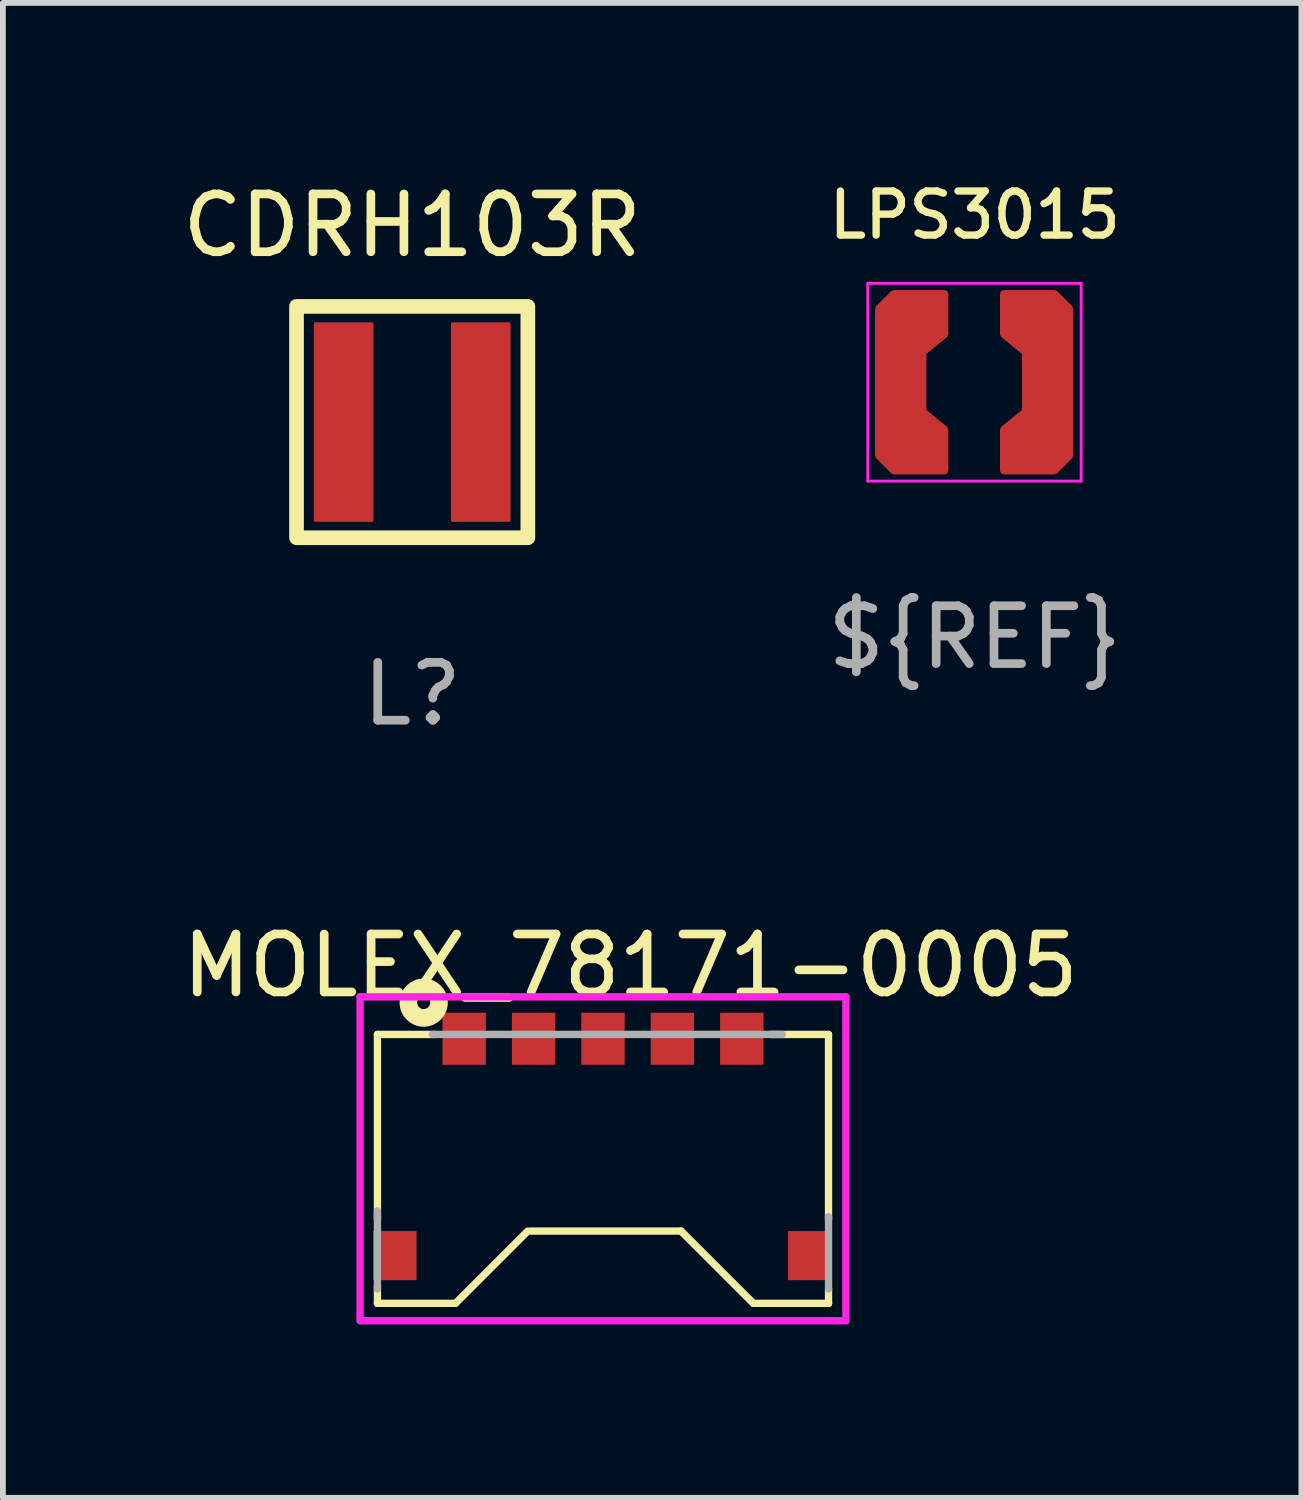
<source format=kicad_pcb>
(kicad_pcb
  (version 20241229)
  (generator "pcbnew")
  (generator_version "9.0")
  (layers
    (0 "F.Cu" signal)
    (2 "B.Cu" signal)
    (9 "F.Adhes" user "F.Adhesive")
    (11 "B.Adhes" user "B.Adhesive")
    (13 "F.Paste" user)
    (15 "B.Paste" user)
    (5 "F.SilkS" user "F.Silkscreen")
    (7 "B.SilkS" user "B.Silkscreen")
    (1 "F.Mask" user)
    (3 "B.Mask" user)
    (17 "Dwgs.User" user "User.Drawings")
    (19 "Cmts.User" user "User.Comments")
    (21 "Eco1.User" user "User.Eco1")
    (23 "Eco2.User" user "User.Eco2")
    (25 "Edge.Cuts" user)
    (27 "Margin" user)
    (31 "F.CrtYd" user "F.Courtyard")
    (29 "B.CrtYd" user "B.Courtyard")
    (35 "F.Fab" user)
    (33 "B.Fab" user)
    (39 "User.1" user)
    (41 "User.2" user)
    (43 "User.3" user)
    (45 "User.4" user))
  (footprint "MOLEX_78171-0005"
    (layer "F.Cu")
    (at 7.376 16.786)
    (property "Reference" "MOLEX_78171-0005" (at 0.476 -3.14 0) (layer "F.SilkS") (effects (font (size 1.002 1.002) (thickness 0.15))))
    (attr through_hole)
    (fp_line (start -3.9 -1.95) (end -3.9 1.25) (stroke (width 0.127) (type solid)) (layer "F.SilkS"))
    (fp_line (start -3.9 -1.95) (end -2.9 -1.95) (stroke (width 0.127) (type solid)) (layer "F.SilkS"))
    (fp_line (start -3.9 2.4) (end -3.9 2.7) (stroke (width 0.127) (type solid)) (layer "F.SilkS"))
    (fp_line (start -3.9 2.7) (end -2.55 2.7) (stroke (width 0.127) (type solid)) (layer "F.SilkS"))
    (fp_line (start -2.55 2.7) (end -1.3 1.45) (stroke (width 0.127) (type solid)) (layer "F.SilkS"))
    (fp_line (start -1.25 1.45) (end 1.35 1.45) (stroke (width 0.127) (type solid)) (layer "F.SilkS"))
    (fp_line (start 1.35 1.45) (end 2.6 2.7) (stroke (width 0.127) (type solid)) (layer "F.SilkS"))
    (fp_line (start 2.9 -1.95) (end 3.9 -1.95) (stroke (width 0.127) (type solid)) (layer "F.SilkS"))
    (fp_line (start 3.9 -1.95) (end 3.9 1.25) (stroke (width 0.127) (type solid)) (layer "F.SilkS"))
    (fp_line (start 3.9 2.45) (end 3.9 2.7) (stroke (width 0.127) (type solid)) (layer "F.SilkS"))
    (fp_line (start 3.9 2.7) (end 2.6 2.7) (stroke (width 0.127) (type solid)) (layer "F.SilkS"))
    (fp_circle (center -3.1 -2.5) (end -2.988 -2.5) (stroke (width 0.305) (type solid)) (fill no) (layer "F.SilkS"))
    (fp_line (start -4.2 -2.6) (end -4.2 3) (stroke (width 0.127) (type solid)) (layer "F.CrtYd"))
    (fp_line (start -4.2 3) (end 4.2 3) (stroke (width 0.127) (type solid)) (layer "F.CrtYd"))
    (fp_line (start 4.2 -2.6) (end -4.2 -2.6) (stroke (width 0.127) (type solid)) (layer "F.CrtYd"))
    (fp_line (start 4.2 3) (end 4.2 -2.6) (stroke (width 0.127) (type solid)) (layer "F.CrtYd"))
    (fp_line (start -3.9 2.45) (end -3.9 1.1) (stroke (width 0.127) (type solid)) (layer "F.Fab"))
    (fp_line (start -2.95 -1.95) (end 3.1 -1.95) (stroke (width 0.127) (type solid)) (layer "F.Fab"))
    (fp_line (start 3.9 2.45) (end 3.9 1.2) (stroke (width 0.127) (type solid)) (layer "F.Fab"))
    (pad "1" smd rect (at -2.4 -1.875) (size 0.75 0.9) (layers "F.Cu" "F.Mask" "F.Paste"))
    (pad "2" smd rect (at -1.2 -1.875) (size 0.75 0.9) (layers "F.Cu" "F.Mask" "F.Paste"))
    (pad "3" smd rect (at 0 -1.875) (size 0.75 0.9) (layers "F.Cu" "F.Mask" "F.Paste"))
    (pad "4" smd rect (at 1.2 -1.875) (size 0.75 0.9) (layers "F.Cu" "F.Mask" "F.Paste"))
    (pad "5" smd rect (at 2.4 -1.875) (size 0.75 0.9) (layers "F.Cu" "F.Mask" "F.Paste"))
    (pad "P$6" smd rect (at -3.6 1.875) (size 0.75 0.85) (layers "F.Cu" "F.Mask" "F.Paste"))
    (pad "P$7" smd rect (at 3.575 1.875) (size 0.75 0.85) (layers "F.Cu" "F.Mask" "F.Paste")))
  (footprint "CDRH103R"
    (layer "F.Cu")
    (at 4.077 4.248)
    (property "Reference" "CDRH103R" (at 0 -3.4 0) (unlocked yes) (layer "F.SilkS") (effects (font (size 1 1) (thickness 0.15))))
    (attr smd)
    (fp_rect (start -1.675 -1.7) (end -0.695 1.7) (stroke (width 0.05) (type solid)) (fill yes) (layer "F.Cu"))
    (fp_rect (start 0.695 -1.7) (end 1.675 1.7) (stroke (width 0.05) (type solid)) (fill yes) (layer "F.Cu"))
    (fp_rect (start -2 -2) (end 2 2) (stroke (width 0.254) (type solid)) (fill no) (layer "F.SilkS"))
    (fp_text user "L?" (at 0 4.7 0) (unlocked yes) (layer "F.Fab") (effects (font (size 1 1) (thickness 0.15)))))
  (footprint "LPS3015"
    (layer "F.Cu")
    (at 13.804 3.499)
    (property "Reference" "LPS3015" (at 0 -2.83 0) (unlocked yes) (layer "F.SilkS") (effects (font (size 0.762 0.762) (thickness 0.127))))
    (attr smd)
    (fp_line (start -1.85 1.77) (end -1.85 -1.65) (stroke (width 0.05) (type solid)) (layer "F.CrtYd"))
    (fp_line (start -1.85 1.77) (end 1.84 1.77) (stroke (width 0.05) (type solid)) (layer "F.CrtYd"))
    (fp_line (start 1.84 -1.65) (end -1.85 -1.65) (stroke (width 0.05) (type solid)) (layer "F.CrtYd"))
    (fp_line (start 1.84 1.77) (end 1.84 -1.65) (stroke (width 0.05) (type solid)) (layer "F.CrtYd"))
    (fp_text user "${REF}" (at 0 4.47 0) (unlocked yes) (layer "F.Fab") (effects (font (size 1 1) (thickness 0.15))))
    (pad "1" smd custom (at -1.2 -0.38) (size 0.482 0.482) (layers "F.Cu" "F.Mask" "F.Paste") (options (anchor circle)) (primitives (gr_poly (pts (xy 0.68 -0.39) (xy 0.3 -0.08) (xy 0.3 0.95) (xy 0.68 1.26) (xy 0.68 1.97) (xy -0.2 1.97) (xy -0.46 1.71) (xy -0.46 -0.83) (xy -0.2 -1.09) (xy 0.68 -1.09)) (width 0.127) (fill yes))))
    (pad "2" smd custom (at 1.23 -0.06) (size 0.482 0.482) (layers "F.Cu" "F.Mask" "F.Paste") (options (anchor circle)) (primitives (gr_poly (pts (xy -0.73 0.94) (xy -0.35 0.63) (xy -0.35 -0.4) (xy -0.73 -0.71) (xy -0.73 -1.41) (xy 0.15 -1.41) (xy 0.41 -1.15) (xy 0.41 1.39) (xy 0.15 1.65) (xy -0.73 1.65)) (width 0.127) (fill yes)))))
  (gr_rect
    (start -3 -3)
    (end 19.452 22.849)
    (stroke (width 0.1) (type default))
    (fill no)
    (layer "Edge.Cuts")))
</source>
